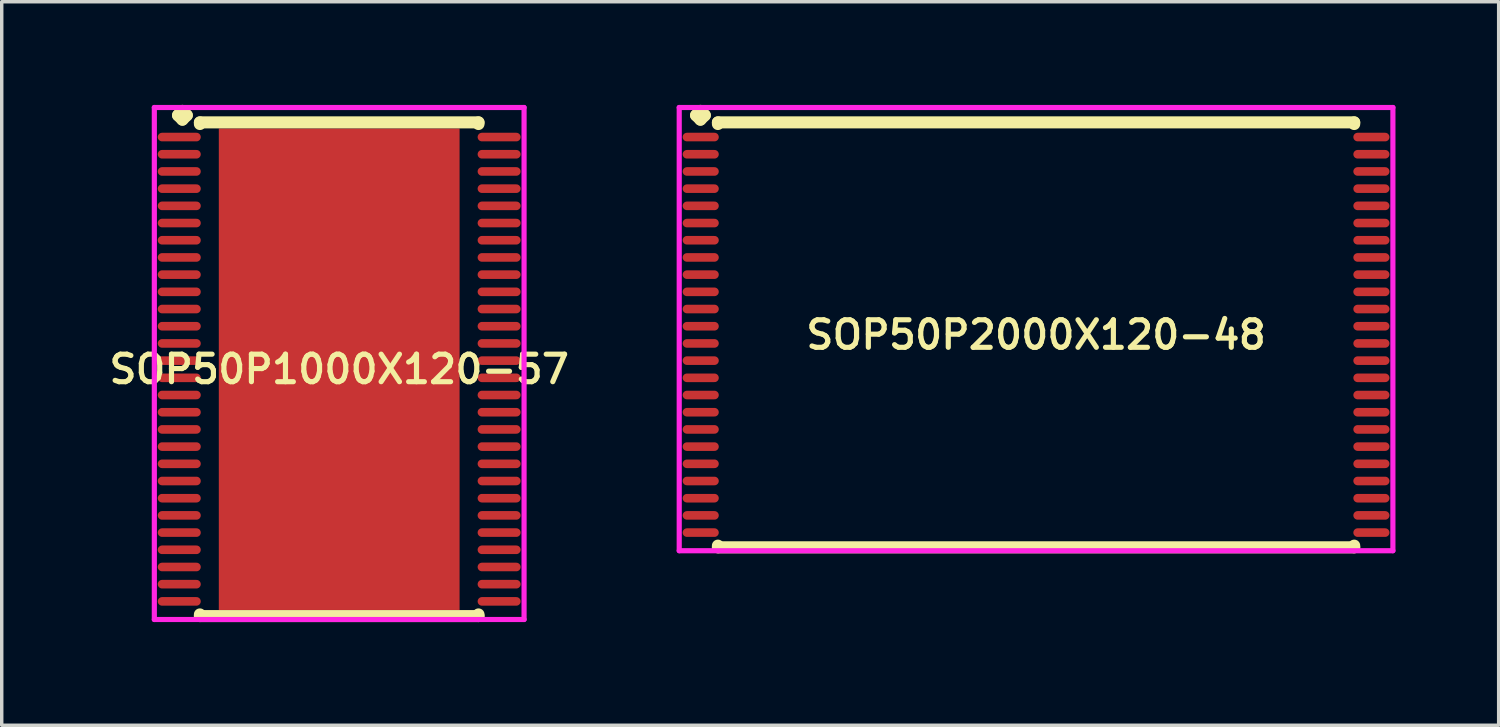
<source format=kicad_pcb>
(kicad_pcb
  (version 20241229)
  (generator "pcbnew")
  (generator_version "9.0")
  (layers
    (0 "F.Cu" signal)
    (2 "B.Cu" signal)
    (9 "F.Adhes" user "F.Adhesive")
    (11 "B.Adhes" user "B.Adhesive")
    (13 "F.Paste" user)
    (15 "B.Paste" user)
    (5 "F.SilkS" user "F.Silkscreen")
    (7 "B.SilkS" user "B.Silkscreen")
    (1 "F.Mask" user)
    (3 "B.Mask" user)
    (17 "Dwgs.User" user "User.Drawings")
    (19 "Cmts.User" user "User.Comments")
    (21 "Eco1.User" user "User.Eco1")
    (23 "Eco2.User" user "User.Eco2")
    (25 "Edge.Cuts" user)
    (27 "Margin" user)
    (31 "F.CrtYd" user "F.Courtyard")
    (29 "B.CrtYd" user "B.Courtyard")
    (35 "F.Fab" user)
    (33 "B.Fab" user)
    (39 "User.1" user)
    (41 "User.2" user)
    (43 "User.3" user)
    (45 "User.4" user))
  (footprint "SOP50P2000X120-48"
    (layer "F.Cu")
    (at 27.073 6.685)
    (property "Reference" "SOP50P2000X120-48" (at 0 0 0) (layer "F.SilkS") (effects (font (size 0.8 0.8) (thickness 0.15))))
    (attr smd)
    (fp_line (start -9.885 -6.383) (end -9.758 -6.51) (stroke (width 0.35) (type solid)) (layer "F.SilkS"))
    (fp_line (start -9.758 -6.51) (end -9.631 -6.383) (stroke (width 0.35) (type solid)) (layer "F.SilkS"))
    (fp_line (start -9.758 -6.256) (end -9.885 -6.383) (stroke (width 0.35) (type solid)) (layer "F.SilkS"))
    (fp_line (start -9.631 -6.383) (end -9.758 -6.256) (stroke (width 0.35) (type solid)) (layer "F.SilkS"))
    (fp_line (start -9.25 -6.177) (end 9.25 -6.177) (stroke (width 0.35) (type solid)) (layer "F.SilkS"))
    (fp_line (start -9.25 -6.129) (end -9.25 -6.177) (stroke (width 0.35) (type solid)) (layer "F.SilkS"))
    (fp_line (start -9.25 6.129) (end -9.25 6.177) (stroke (width 0.35) (type solid)) (layer "F.SilkS"))
    (fp_line (start -9.25 6.177) (end 9.25 6.177) (stroke (width 0.35) (type solid)) (layer "F.SilkS"))
    (fp_line (start 9.25 -6.177) (end 9.25 -6.129) (stroke (width 0.35) (type solid)) (layer "F.SilkS"))
    (fp_line (start 9.25 6.177) (end 9.25 6.129) (stroke (width 0.35) (type solid)) (layer "F.SilkS"))
    (fp_line (start -10.375 -6.61) (end 10.375 -6.61) (stroke (width 0.15) (type solid)) (layer "F.CrtYd"))
    (fp_line (start -10.375 6.277) (end -10.375 -6.61) (stroke (width 0.15) (type solid)) (layer "F.CrtYd"))
    (fp_line (start 10.375 -6.61) (end 10.375 6.277) (stroke (width 0.15) (type solid)) (layer "F.CrtYd"))
    (fp_line (start 10.375 6.277) (end -10.375 6.277) (stroke (width 0.15) (type solid)) (layer "F.CrtYd"))
    (pad "1" smd oval (at -9.75 -5.75) (size 1.05 0.25) (layers "F.Cu" "F.Mask" "F.Paste"))
    (pad "2" smd oval (at -9.75 -5.25) (size 1.05 0.25) (layers "F.Cu" "F.Mask" "F.Paste"))
    (pad "3" smd oval (at -9.75 -4.75) (size 1.05 0.25) (layers "F.Cu" "F.Mask" "F.Paste"))
    (pad "4" smd oval (at -9.75 -4.25) (size 1.05 0.25) (layers "F.Cu" "F.Mask" "F.Paste"))
    (pad "5" smd oval (at -9.75 -3.75) (size 1.05 0.25) (layers "F.Cu" "F.Mask" "F.Paste"))
    (pad "6" smd oval (at -9.75 -3.25) (size 1.05 0.25) (layers "F.Cu" "F.Mask" "F.Paste"))
    (pad "7" smd oval (at -9.75 -2.75) (size 1.05 0.25) (layers "F.Cu" "F.Mask" "F.Paste"))
    (pad "8" smd oval (at -9.75 -2.25) (size 1.05 0.25) (layers "F.Cu" "F.Mask" "F.Paste"))
    (pad "9" smd oval (at -9.75 -1.75) (size 1.05 0.25) (layers "F.Cu" "F.Mask" "F.Paste"))
    (pad "10" smd oval (at -9.75 -1.25) (size 1.05 0.25) (layers "F.Cu" "F.Mask" "F.Paste"))
    (pad "11" smd oval (at -9.75 -0.75) (size 1.05 0.25) (layers "F.Cu" "F.Mask" "F.Paste"))
    (pad "12" smd oval (at -9.75 -0.25) (size 1.05 0.25) (layers "F.Cu" "F.Mask" "F.Paste"))
    (pad "13" smd oval (at -9.75 0.25) (size 1.05 0.25) (layers "F.Cu" "F.Mask" "F.Paste"))
    (pad "14" smd oval (at -9.75 0.75) (size 1.05 0.25) (layers "F.Cu" "F.Mask" "F.Paste"))
    (pad "15" smd oval (at -9.75 1.25) (size 1.05 0.25) (layers "F.Cu" "F.Mask" "F.Paste"))
    (pad "16" smd oval (at -9.75 1.75) (size 1.05 0.25) (layers "F.Cu" "F.Mask" "F.Paste"))
    (pad "17" smd oval (at -9.75 2.25) (size 1.05 0.25) (layers "F.Cu" "F.Mask" "F.Paste"))
    (pad "18" smd oval (at -9.75 2.75) (size 1.05 0.25) (layers "F.Cu" "F.Mask" "F.Paste"))
    (pad "19" smd oval (at -9.75 3.25) (size 1.05 0.25) (layers "F.Cu" "F.Mask" "F.Paste"))
    (pad "20" smd oval (at -9.75 3.75) (size 1.05 0.25) (layers "F.Cu" "F.Mask" "F.Paste"))
    (pad "21" smd oval (at -9.75 4.25) (size 1.05 0.25) (layers "F.Cu" "F.Mask" "F.Paste"))
    (pad "22" smd oval (at -9.75 4.75) (size 1.05 0.25) (layers "F.Cu" "F.Mask" "F.Paste"))
    (pad "23" smd oval (at -9.75 5.25) (size 1.05 0.25) (layers "F.Cu" "F.Mask" "F.Paste"))
    (pad "24" smd oval (at -9.75 5.75) (size 1.05 0.25) (layers "F.Cu" "F.Mask" "F.Paste"))
    (pad "25" smd oval (at 9.75 5.75) (size 1.05 0.25) (layers "F.Cu" "F.Mask" "F.Paste"))
    (pad "26" smd oval (at 9.75 5.25) (size 1.05 0.25) (layers "F.Cu" "F.Mask" "F.Paste"))
    (pad "27" smd oval (at 9.75 4.75) (size 1.05 0.25) (layers "F.Cu" "F.Mask" "F.Paste"))
    (pad "28" smd oval (at 9.75 4.25) (size 1.05 0.25) (layers "F.Cu" "F.Mask" "F.Paste"))
    (pad "29" smd oval (at 9.75 3.75) (size 1.05 0.25) (layers "F.Cu" "F.Mask" "F.Paste"))
    (pad "30" smd oval (at 9.75 3.25) (size 1.05 0.25) (layers "F.Cu" "F.Mask" "F.Paste"))
    (pad "31" smd oval (at 9.75 2.75) (size 1.05 0.25) (layers "F.Cu" "F.Mask" "F.Paste"))
    (pad "32" smd oval (at 9.75 2.25) (size 1.05 0.25) (layers "F.Cu" "F.Mask" "F.Paste"))
    (pad "33" smd oval (at 9.75 1.75) (size 1.05 0.25) (layers "F.Cu" "F.Mask" "F.Paste"))
    (pad "34" smd oval (at 9.75 1.25) (size 1.05 0.25) (layers "F.Cu" "F.Mask" "F.Paste"))
    (pad "35" smd oval (at 9.75 0.75) (size 1.05 0.25) (layers "F.Cu" "F.Mask" "F.Paste"))
    (pad "36" smd oval (at 9.75 0.25) (size 1.05 0.25) (layers "F.Cu" "F.Mask" "F.Paste"))
    (pad "37" smd oval (at 9.75 -0.25) (size 1.05 0.25) (layers "F.Cu" "F.Mask" "F.Paste"))
    (pad "38" smd oval (at 9.75 -0.75) (size 1.05 0.25) (layers "F.Cu" "F.Mask" "F.Paste"))
    (pad "39" smd oval (at 9.75 -1.25) (size 1.05 0.25) (layers "F.Cu" "F.Mask" "F.Paste"))
    (pad "40" smd oval (at 9.75 -1.75) (size 1.05 0.25) (layers "F.Cu" "F.Mask" "F.Paste"))
    (pad "41" smd oval (at 9.75 -2.25) (size 1.05 0.25) (layers "F.Cu" "F.Mask" "F.Paste"))
    (pad "42" smd oval (at 9.75 -2.75) (size 1.05 0.25) (layers "F.Cu" "F.Mask" "F.Paste"))
    (pad "43" smd oval (at 9.75 -3.25) (size 1.05 0.25) (layers "F.Cu" "F.Mask" "F.Paste"))
    (pad "44" smd oval (at 9.75 -3.75) (size 1.05 0.25) (layers "F.Cu" "F.Mask" "F.Paste"))
    (pad "45" smd oval (at 9.75 -4.25) (size 1.05 0.25) (layers "F.Cu" "F.Mask" "F.Paste"))
    (pad "46" smd oval (at 9.75 -4.75) (size 1.05 0.25) (layers "F.Cu" "F.Mask" "F.Paste"))
    (pad "47" smd oval (at 9.75 -5.25) (size 1.05 0.25) (layers "F.Cu" "F.Mask" "F.Paste"))
    (pad "48" smd oval (at 9.75 -5.75) (size 1.05 0.25) (layers "F.Cu" "F.Mask" "F.Paste")))
  (footprint "SOP50P1000X120-57"
    (layer "F.Cu")
    (at 6.812 7.685)
    (property "Reference" "SOP50P1000X120-57" (at 0 0 0) (layer "F.SilkS") (effects (font (size 0.8 0.8) (thickness 0.15))))
    (attr smd)
    (fp_line (start -4.685 -7.383) (end -4.558 -7.51) (stroke (width 0.35) (type solid)) (layer "F.SilkS"))
    (fp_line (start -4.558 -7.51) (end -4.431 -7.383) (stroke (width 0.35) (type solid)) (layer "F.SilkS"))
    (fp_line (start -4.558 -7.256) (end -4.685 -7.383) (stroke (width 0.35) (type solid)) (layer "F.SilkS"))
    (fp_line (start -4.431 -7.383) (end -4.558 -7.256) (stroke (width 0.35) (type solid)) (layer "F.SilkS"))
    (fp_line (start -4.05 -7.177) (end 4.05 -7.177) (stroke (width 0.35) (type solid)) (layer "F.SilkS"))
    (fp_line (start -4.05 -7.129) (end -4.05 -7.177) (stroke (width 0.35) (type solid)) (layer "F.SilkS"))
    (fp_line (start -4.05 7.129) (end -4.05 7.177) (stroke (width 0.35) (type solid)) (layer "F.SilkS"))
    (fp_line (start -4.05 7.177) (end 4.05 7.177) (stroke (width 0.35) (type solid)) (layer "F.SilkS"))
    (fp_line (start 4.05 -7.177) (end 4.05 -7.129) (stroke (width 0.35) (type solid)) (layer "F.SilkS"))
    (fp_line (start 4.05 7.177) (end 4.05 7.129) (stroke (width 0.35) (type solid)) (layer "F.SilkS"))
    (fp_line (start -5.375 -7.61) (end 5.375 -7.61) (stroke (width 0.15) (type solid)) (layer "F.CrtYd"))
    (fp_line (start -5.375 7.277) (end -5.375 -7.61) (stroke (width 0.15) (type solid)) (layer "F.CrtYd"))
    (fp_line (start 5.375 -7.61) (end 5.375 7.277) (stroke (width 0.15) (type solid)) (layer "F.CrtYd"))
    (fp_line (start 5.375 7.277) (end -5.375 7.277) (stroke (width 0.15) (type solid)) (layer "F.CrtYd"))
    (pad "1" smd oval (at -4.65 -6.75) (size 1.25 0.25) (layers "F.Cu" "F.Mask" "F.Paste"))
    (pad "2" smd oval (at -4.65 -6.25) (size 1.25 0.25) (layers "F.Cu" "F.Mask" "F.Paste"))
    (pad "3" smd oval (at -4.65 -5.75) (size 1.25 0.25) (layers "F.Cu" "F.Mask" "F.Paste"))
    (pad "4" smd oval (at -4.65 -5.25) (size 1.25 0.25) (layers "F.Cu" "F.Mask" "F.Paste"))
    (pad "5" smd oval (at -4.65 -4.75) (size 1.25 0.25) (layers "F.Cu" "F.Mask" "F.Paste"))
    (pad "6" smd oval (at -4.65 -4.25) (size 1.25 0.25) (layers "F.Cu" "F.Mask" "F.Paste"))
    (pad "7" smd oval (at -4.65 -3.75) (size 1.25 0.25) (layers "F.Cu" "F.Mask" "F.Paste"))
    (pad "8" smd oval (at -4.65 -3.25) (size 1.25 0.25) (layers "F.Cu" "F.Mask" "F.Paste"))
    (pad "9" smd oval (at -4.65 -2.75) (size 1.25 0.25) (layers "F.Cu" "F.Mask" "F.Paste"))
    (pad "10" smd oval (at -4.65 -2.25) (size 1.25 0.25) (layers "F.Cu" "F.Mask" "F.Paste"))
    (pad "11" smd oval (at -4.65 -1.75) (size 1.25 0.25) (layers "F.Cu" "F.Mask" "F.Paste"))
    (pad "12" smd oval (at -4.65 -1.25) (size 1.25 0.25) (layers "F.Cu" "F.Mask" "F.Paste"))
    (pad "13" smd oval (at -4.65 -0.75) (size 1.25 0.25) (layers "F.Cu" "F.Mask" "F.Paste"))
    (pad "14" smd oval (at -4.65 -0.25) (size 1.25 0.25) (layers "F.Cu" "F.Mask" "F.Paste"))
    (pad "15" smd oval (at -4.65 0.25) (size 1.25 0.25) (layers "F.Cu" "F.Mask" "F.Paste"))
    (pad "16" smd oval (at -4.65 0.75) (size 1.25 0.25) (layers "F.Cu" "F.Mask" "F.Paste"))
    (pad "17" smd oval (at -4.65 1.25) (size 1.25 0.25) (layers "F.Cu" "F.Mask" "F.Paste"))
    (pad "18" smd oval (at -4.65 1.75) (size 1.25 0.25) (layers "F.Cu" "F.Mask" "F.Paste"))
    (pad "19" smd oval (at -4.65 2.25) (size 1.25 0.25) (layers "F.Cu" "F.Mask" "F.Paste"))
    (pad "20" smd oval (at -4.65 2.75) (size 1.25 0.25) (layers "F.Cu" "F.Mask" "F.Paste"))
    (pad "21" smd oval (at -4.65 3.25) (size 1.25 0.25) (layers "F.Cu" "F.Mask" "F.Paste"))
    (pad "22" smd oval (at -4.65 3.75) (size 1.25 0.25) (layers "F.Cu" "F.Mask" "F.Paste"))
    (pad "23" smd oval (at -4.65 4.25) (size 1.25 0.25) (layers "F.Cu" "F.Mask" "F.Paste"))
    (pad "24" smd oval (at -4.65 4.75) (size 1.25 0.25) (layers "F.Cu" "F.Mask" "F.Paste"))
    (pad "25" smd oval (at -4.65 5.25) (size 1.25 0.25) (layers "F.Cu" "F.Mask" "F.Paste"))
    (pad "26" smd oval (at -4.65 5.75) (size 1.25 0.25) (layers "F.Cu" "F.Mask" "F.Paste"))
    (pad "27" smd oval (at -4.65 6.25) (size 1.25 0.25) (layers "F.Cu" "F.Mask" "F.Paste"))
    (pad "28" smd oval (at -4.65 6.75) (size 1.25 0.25) (layers "F.Cu" "F.Mask" "F.Paste"))
    (pad "29" smd oval (at 4.65 6.75) (size 1.25 0.25) (layers "F.Cu" "F.Mask" "F.Paste"))
    (pad "30" smd oval (at 4.65 6.25) (size 1.25 0.25) (layers "F.Cu" "F.Mask" "F.Paste"))
    (pad "31" smd oval (at 4.65 5.75) (size 1.25 0.25) (layers "F.Cu" "F.Mask" "F.Paste"))
    (pad "32" smd oval (at 4.65 5.25) (size 1.25 0.25) (layers "F.Cu" "F.Mask" "F.Paste"))
    (pad "33" smd oval (at 4.65 4.75) (size 1.25 0.25) (layers "F.Cu" "F.Mask" "F.Paste"))
    (pad "34" smd oval (at 4.65 4.25) (size 1.25 0.25) (layers "F.Cu" "F.Mask" "F.Paste"))
    (pad "35" smd oval (at 4.65 3.75) (size 1.25 0.25) (layers "F.Cu" "F.Mask" "F.Paste"))
    (pad "36" smd oval (at 4.65 3.25) (size 1.25 0.25) (layers "F.Cu" "F.Mask" "F.Paste"))
    (pad "37" smd oval (at 4.65 2.75) (size 1.25 0.25) (layers "F.Cu" "F.Mask" "F.Paste"))
    (pad "38" smd oval (at 4.65 2.25) (size 1.25 0.25) (layers "F.Cu" "F.Mask" "F.Paste"))
    (pad "39" smd oval (at 4.65 1.75) (size 1.25 0.25) (layers "F.Cu" "F.Mask" "F.Paste"))
    (pad "40" smd oval (at 4.65 1.25) (size 1.25 0.25) (layers "F.Cu" "F.Mask" "F.Paste"))
    (pad "41" smd oval (at 4.65 0.75) (size 1.25 0.25) (layers "F.Cu" "F.Mask" "F.Paste"))
    (pad "42" smd oval (at 4.65 0.25) (size 1.25 0.25) (layers "F.Cu" "F.Mask" "F.Paste"))
    (pad "43" smd oval (at 4.65 -0.25) (size 1.25 0.25) (layers "F.Cu" "F.Mask" "F.Paste"))
    (pad "44" smd oval (at 4.65 -0.75) (size 1.25 0.25) (layers "F.Cu" "F.Mask" "F.Paste"))
    (pad "45" smd oval (at 4.65 -1.25) (size 1.25 0.25) (layers "F.Cu" "F.Mask" "F.Paste"))
    (pad "46" smd oval (at 4.65 -1.75) (size 1.25 0.25) (layers "F.Cu" "F.Mask" "F.Paste"))
    (pad "47" smd oval (at 4.65 -2.25) (size 1.25 0.25) (layers "F.Cu" "F.Mask" "F.Paste"))
    (pad "48" smd oval (at 4.65 -2.75) (size 1.25 0.25) (layers "F.Cu" "F.Mask" "F.Paste"))
    (pad "49" smd oval (at 4.65 -3.25) (size 1.25 0.25) (layers "F.Cu" "F.Mask" "F.Paste"))
    (pad "50" smd oval (at 4.65 -3.75) (size 1.25 0.25) (layers "F.Cu" "F.Mask" "F.Paste"))
    (pad "51" smd oval (at 4.65 -4.25) (size 1.25 0.25) (layers "F.Cu" "F.Mask" "F.Paste"))
    (pad "52" smd oval (at 4.65 -4.75) (size 1.25 0.25) (layers "F.Cu" "F.Mask" "F.Paste"))
    (pad "53" smd oval (at 4.65 -5.25) (size 1.25 0.25) (layers "F.Cu" "F.Mask" "F.Paste"))
    (pad "54" smd oval (at 4.65 -5.75) (size 1.25 0.25) (layers "F.Cu" "F.Mask" "F.Paste"))
    (pad "55" smd oval (at 4.65 -6.25) (size 1.25 0.25) (layers "F.Cu" "F.Mask" "F.Paste"))
    (pad "56" smd oval (at 4.65 -6.75) (size 1.25 0.25) (layers "F.Cu" "F.Mask" "F.Paste"))
    (pad "57" smd rect (at 0 0) (size 7 14) (layers "F.Cu" "F.Mask" "F.Paste")))
  (gr_rect
    (start -3 -3)
    (end 40.523 18.037)
    (stroke (width 0.1) (type default))
    (fill no)
    (layer "Edge.Cuts")))
</source>
